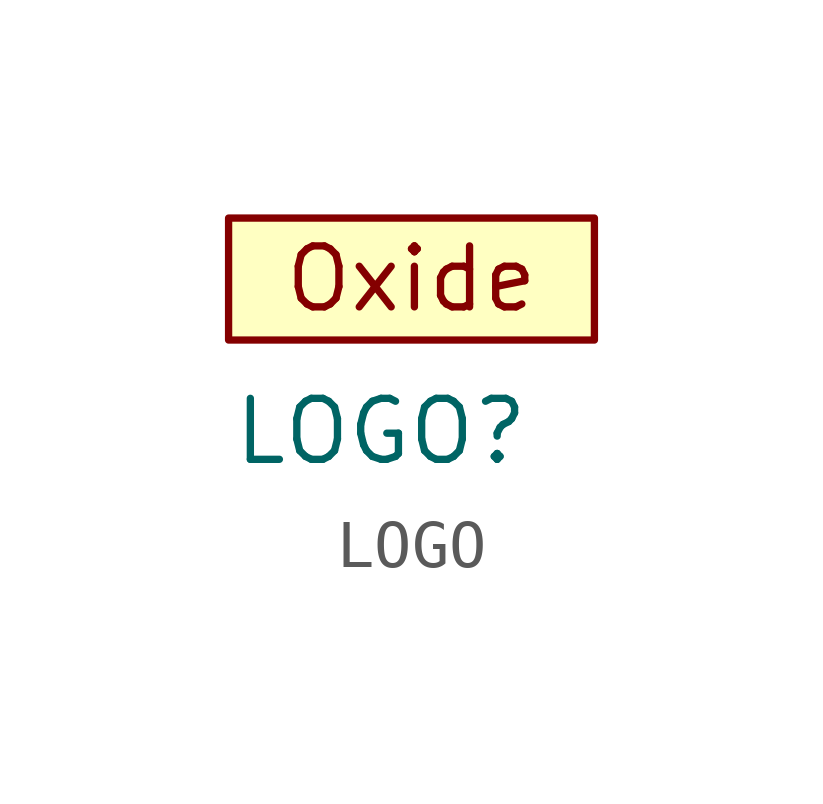
<source format=kicad_sym>
(kicad_symbol_lib
  (version 20211014)
  (generator kicad_symbol_editor)
  (symbol "LOGO"
    (property "Reference" "LOGO"
      (at -0.635 -1.27 0)
      (effects (font (size 1.27 1.27))))
    (symbol "LOGO_0_0"
      (text "Oxide" (at 0 1.905 0) (effects (font (size 1.27 1.27)))))
    (symbol "LOGO_0_1"
      (rectangle (start -3.81 3.175) (end 3.81 0.635) (stroke (width 0) (type default) (color 0 0 0 0)) (fill (type background))))))
</source>
